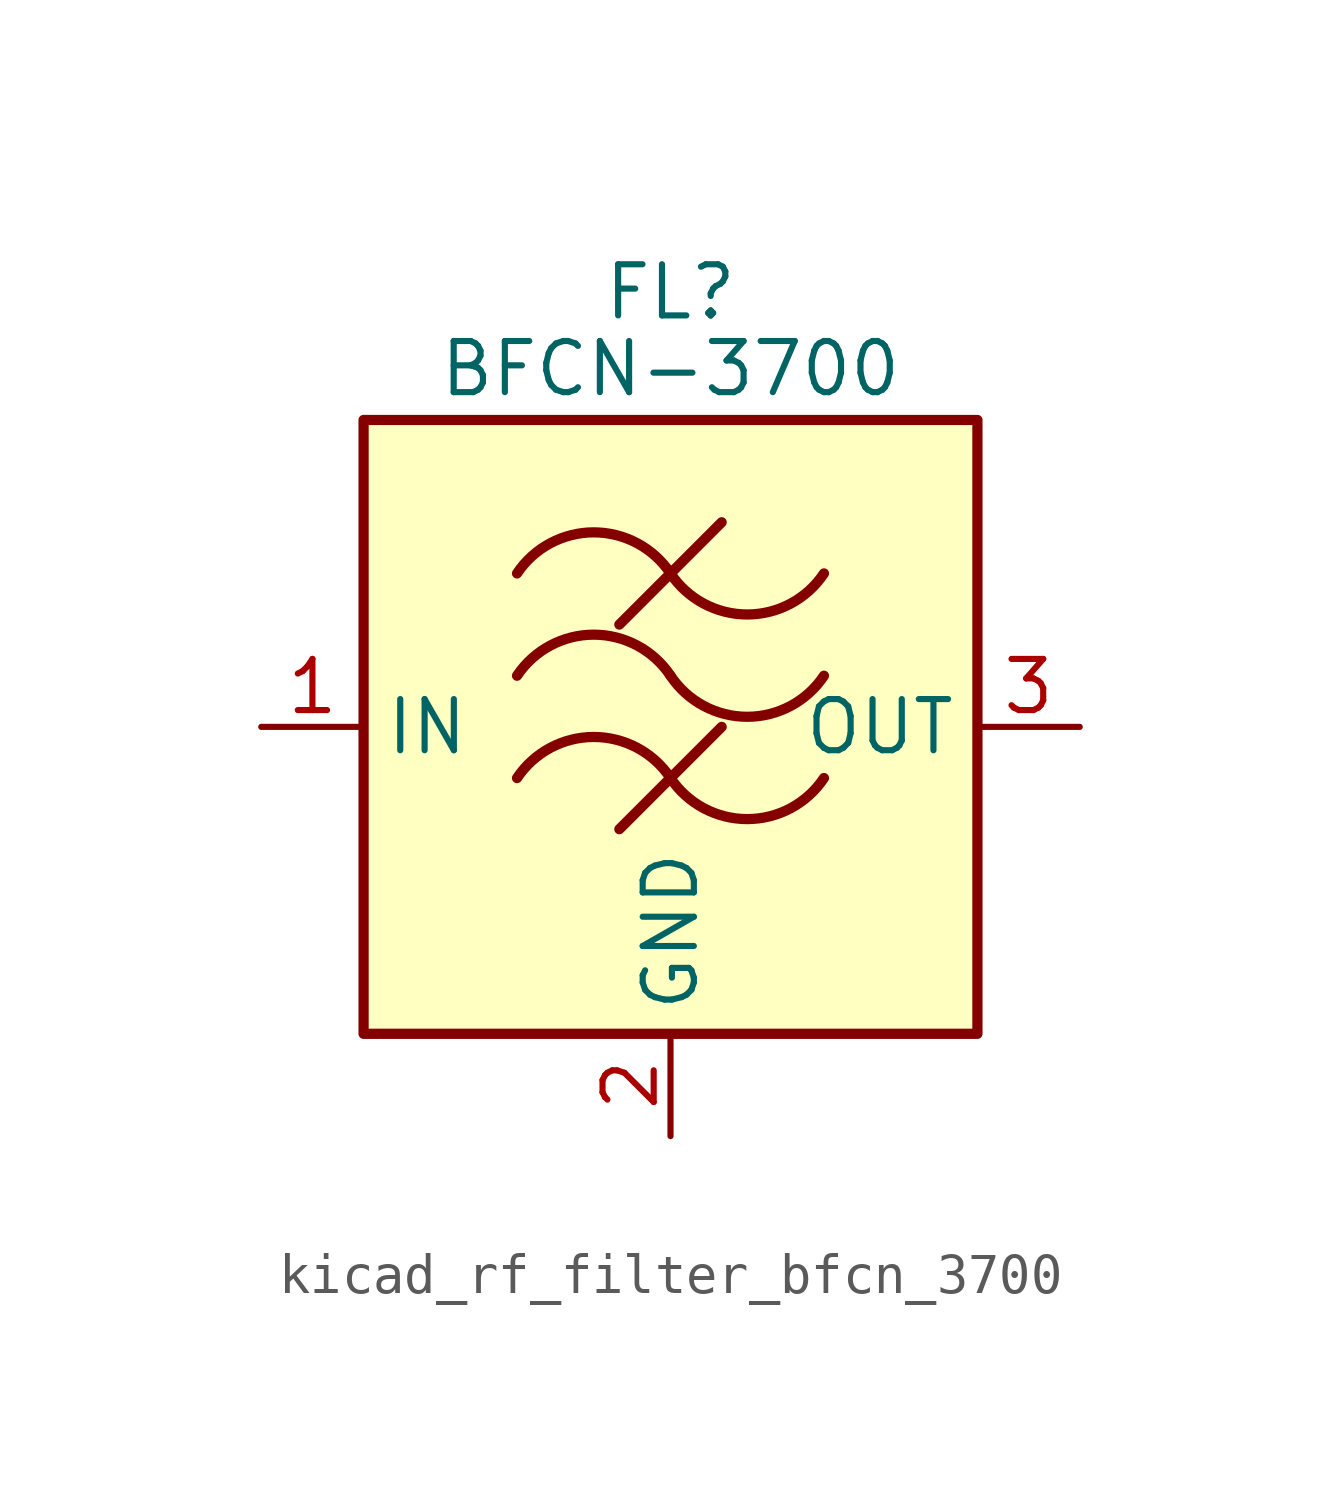
<source format=kicad_sym>
(kicad_symbol_lib
  (version 20220914)
  (generator kicad_symbol_editor)
  (symbol "kicad_rf_filter_bfcn_3700"
    (property "Reference" "FL"
      (at 0 10.795 0)
      (effects (font (size 1.27 1.27))))
    (property "Value" "BFCN-3700"
      (at 0 8.89 0)
      (effects (font (size 1.27 1.27))))
    (symbol "kicad_rf_filter_bfcn_3700_0_1"
      (rectangle (start -7.62 7.62) (end 7.62 -7.62) (stroke (width 0.254) (type default)) (fill (type background)))
      (arc (start 0 -1.27) (mid -1.905 -0.2505) (end -3.81 -1.27) (stroke (width 0.254) (type default)) (fill (type none)))
      (arc (start 0 -1.27) (mid 1.905 -2.2895) (end 3.81 -1.27) (stroke (width 0.254) (type default)) (fill (type none)))
      (polyline (pts (xy -1.27 -2.54) (xy 1.27 0)) (stroke (width 0.254) (type default)) (fill (type none)))
      (polyline (pts (xy -1.27 2.54) (xy 1.27 5.08)) (stroke (width 0.254) (type default)) (fill (type none)))
      (arc (start 0 1.27) (mid -1.905 2.2895) (end -3.81 1.27) (stroke (width 0.254) (type default)) (fill (type none)))
      (arc (start 0 1.27) (mid 1.905 0.2505) (end 3.81 1.27) (stroke (width 0.254) (type default)) (fill (type none)))
      (arc (start 0 3.81) (mid -1.905 4.8295) (end -3.81 3.81) (stroke (width 0.254) (type default)) (fill (type none)))
      (arc (start 0 3.81) (mid 1.905 2.7905) (end 3.81 3.81) (stroke (width 0.254) (type default)) (fill (type none))))
    (symbol "kicad_rf_filter_bfcn_3700_1_1"
      (pin passive line (at -10.16 0 0) (length 2.54) (name "IN" (effects (font (size 1.27 1.27)))) (number "1" (effects (font (size 1.27 1.27)))))
      (pin passive line (at 0 -10.16 90) (length 2.54) (name "GND" (effects (font (size 1.27 1.27)))) (number "2" (effects (font (size 1.27 1.27)))))
      (pin passive line (at 10.16 0 180) (length 2.54) (name "OUT" (effects (font (size 1.27 1.27)))) (number "3" (effects (font (size 1.27 1.27)))))
      (pin passive line (at 0 -10.16 90) (length 2.54) hide (name "GND" (effects (font (size 1.27 1.27)))) (number "4" (effects (font (size 1.27 1.27))))))))
</source>
